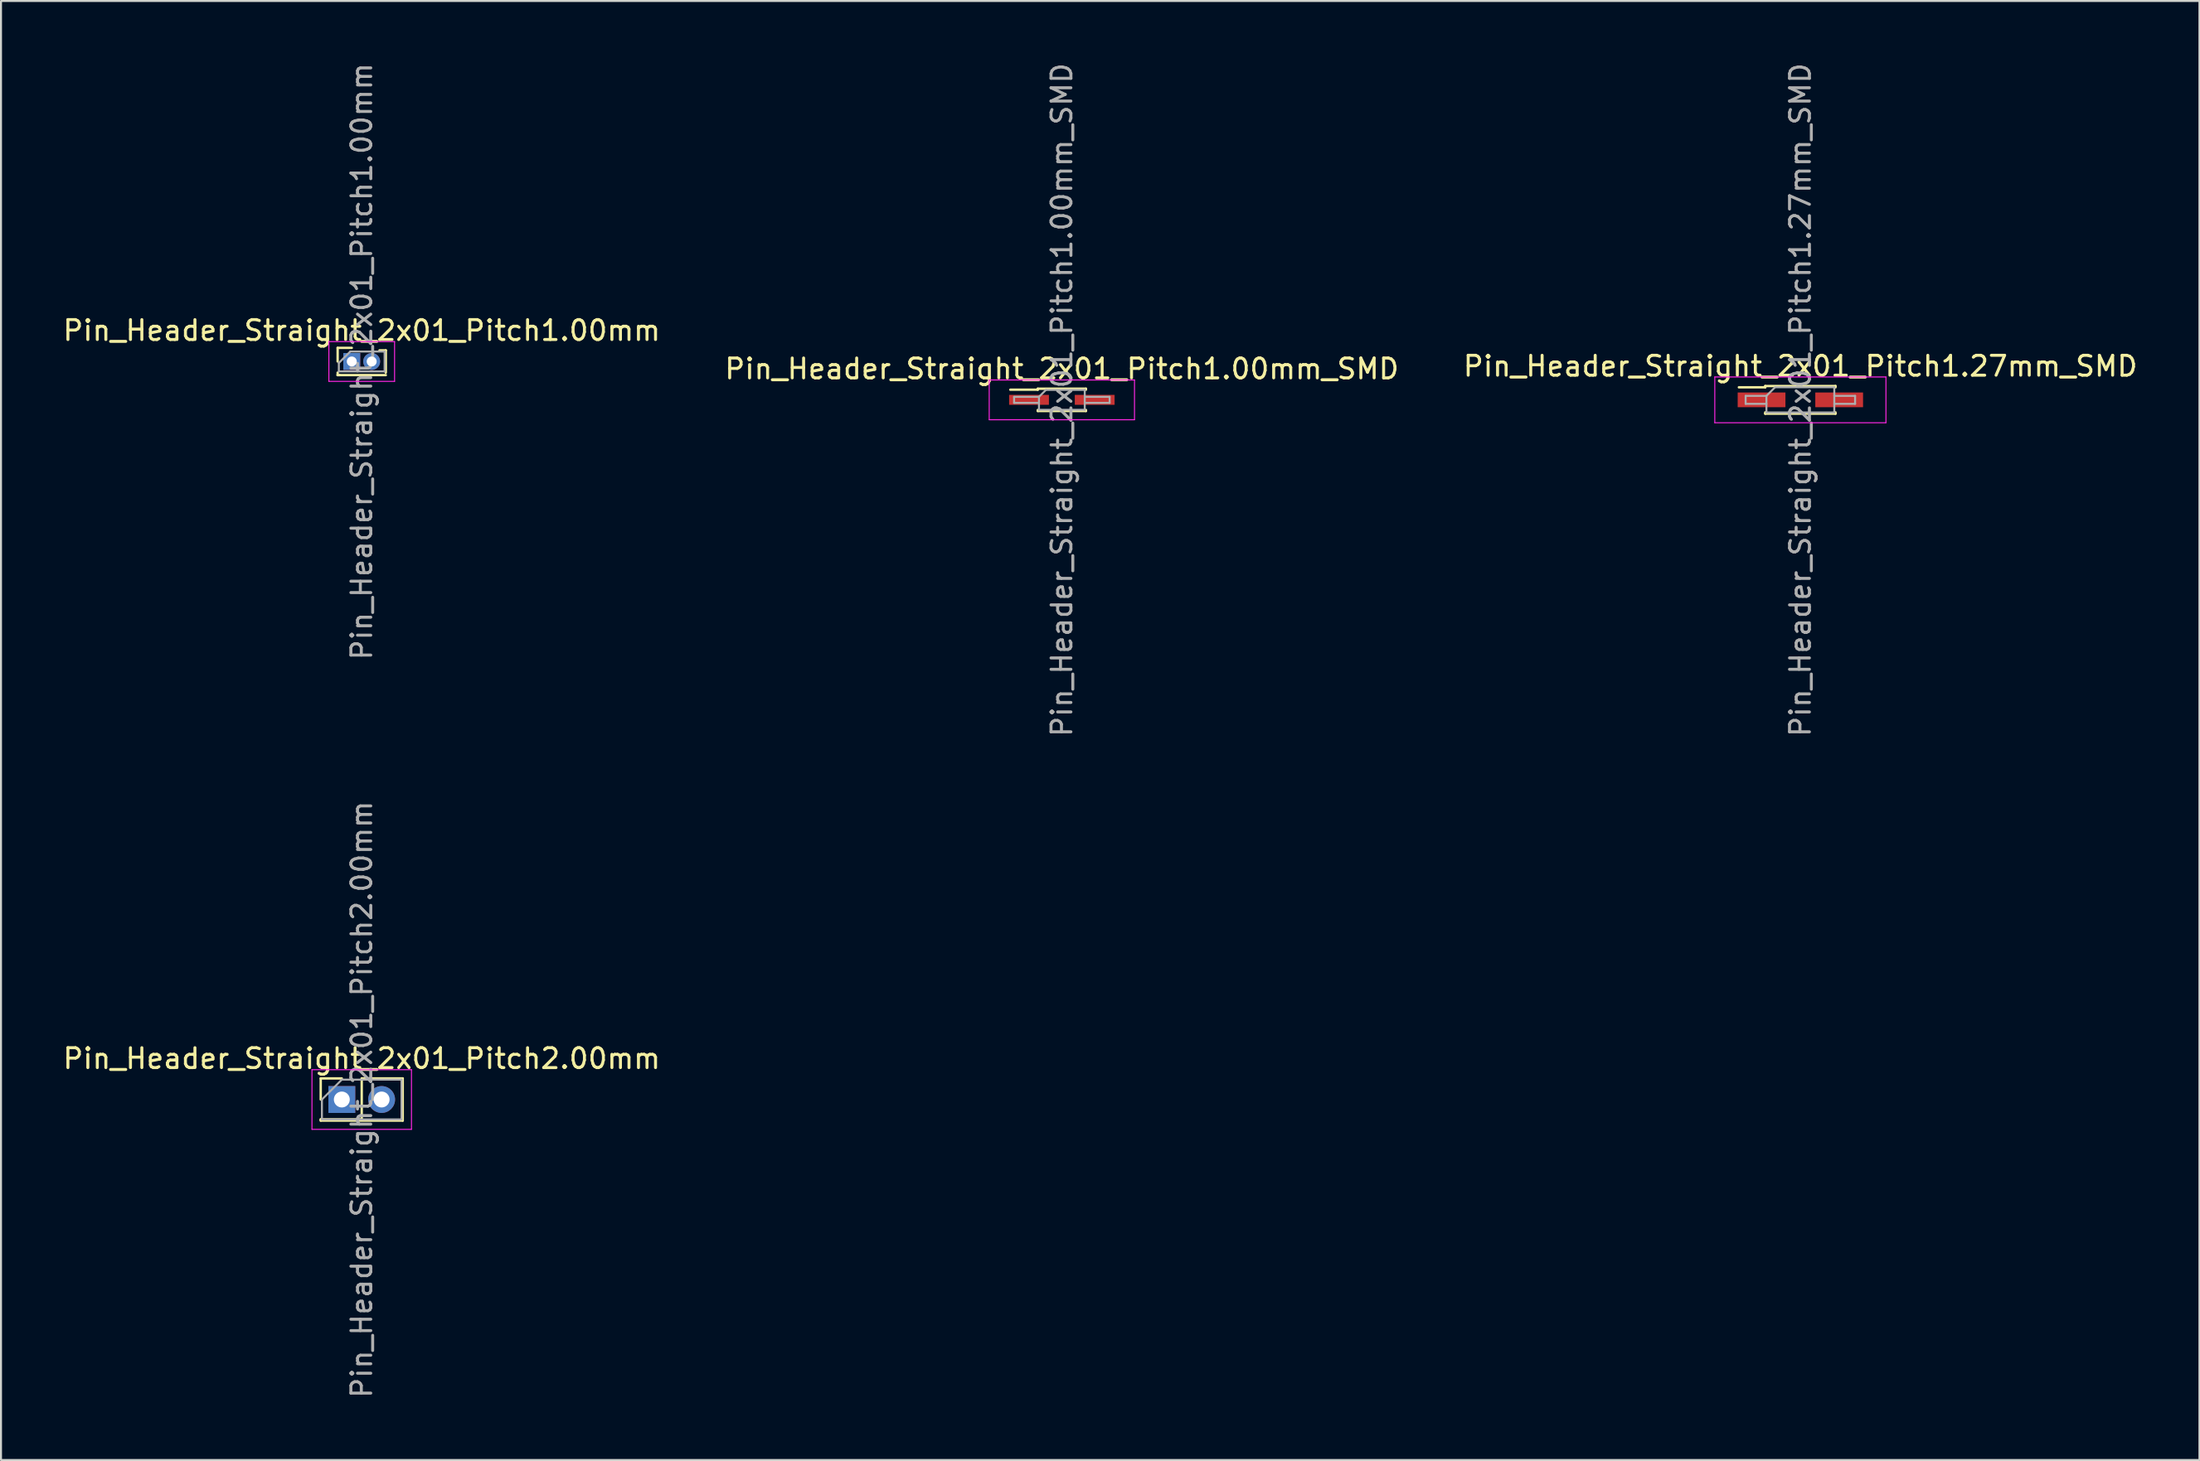
<source format=kicad_pcb>
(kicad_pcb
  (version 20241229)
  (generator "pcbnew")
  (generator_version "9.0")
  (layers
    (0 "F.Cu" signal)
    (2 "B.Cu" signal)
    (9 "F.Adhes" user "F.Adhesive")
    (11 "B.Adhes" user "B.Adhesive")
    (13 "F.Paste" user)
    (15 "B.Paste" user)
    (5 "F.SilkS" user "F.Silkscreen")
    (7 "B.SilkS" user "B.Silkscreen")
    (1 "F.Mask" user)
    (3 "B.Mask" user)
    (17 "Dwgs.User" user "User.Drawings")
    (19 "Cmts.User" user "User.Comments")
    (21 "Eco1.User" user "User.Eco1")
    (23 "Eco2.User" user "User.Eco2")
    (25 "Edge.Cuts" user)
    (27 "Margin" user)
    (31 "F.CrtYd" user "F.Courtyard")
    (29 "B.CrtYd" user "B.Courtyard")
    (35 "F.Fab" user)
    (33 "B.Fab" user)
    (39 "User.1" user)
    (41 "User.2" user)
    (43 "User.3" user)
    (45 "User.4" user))
  (footprint "Pin_Header_Straight_2x01_Pitch1.00mm"
    (layer "F.Cu")
    (at 14.625 15.125)
    (property "Reference" "Pin_Header_Straight_2x01_Pitch1.00mm" (at 0.5 -1.56 0) (layer "F.SilkS") (effects (font (size 1 1) (thickness 0.15))))
    (attr through_hole)
    (fp_line (start -0.71 -0.685) (end 0 -0.685) (stroke (width 0.12) (type solid)) (layer "F.SilkS"))
    (fp_line (start -0.71 0) (end -0.71 -0.685) (stroke (width 0.12) (type solid)) (layer "F.SilkS"))
    (fp_line (start -0.71 0.685) (end -0.71 0.56) (stroke (width 0.12) (type solid)) (layer "F.SilkS"))
    (fp_line (start -0.71 0.685) (end -0.608 0.685) (stroke (width 0.12) (type solid)) (layer "F.SilkS"))
    (fp_line (start -0.71 0.685) (end 1.71 0.685) (stroke (width 0.12) (type solid)) (layer "F.SilkS"))
    (fp_line (start 1.394 -0.56) (end 1.71 -0.56) (stroke (width 0.12) (type solid)) (layer "F.SilkS"))
    (fp_line (start 1.71 -0.56) (end 1.71 0.56) (stroke (width 0.12) (type solid)) (layer "F.SilkS"))
    (fp_line (start -1.15 -1) (end -1.15 1) (stroke (width 0.05) (type solid)) (layer "F.CrtYd"))
    (fp_line (start -1.15 1) (end 2.15 1) (stroke (width 0.05) (type solid)) (layer "F.CrtYd"))
    (fp_line (start 2.15 -1) (end -1.15 -1) (stroke (width 0.05) (type solid)) (layer "F.CrtYd"))
    (fp_line (start 2.15 1) (end 2.15 -1) (stroke (width 0.05) (type solid)) (layer "F.CrtYd"))
    (fp_line (start -0.65 0.075) (end -0.075 -0.5) (stroke (width 0.1) (type solid)) (layer "F.Fab"))
    (fp_line (start -0.65 0.5) (end -0.65 0.075) (stroke (width 0.1) (type solid)) (layer "F.Fab"))
    (fp_line (start -0.075 -0.5) (end 1.65 -0.5) (stroke (width 0.1) (type solid)) (layer "F.Fab"))
    (fp_line (start 1.65 -0.5) (end 1.65 0.5) (stroke (width 0.1) (type solid)) (layer "F.Fab"))
    (fp_line (start 1.65 0.5) (end -0.65 0.5) (stroke (width 0.1) (type solid)) (layer "F.Fab"))
    (fp_text user "${REFERENCE}" (at 0.5 0 90) (layer "F.Fab") (effects (font (size 1 1) (thickness 0.15))))
    (pad "1" thru_hole rect (at 0 0) (size 0.85 0.85) (drill 0.5) (layers "*.Cu" "*.Mask"))
    (pad "2" thru_hole oval (at 1 0) (size 0.85 0.85) (drill 0.5) (layers "*.Cu" "*.Mask")))
  (footprint "Pin_Header_Straight_2x01_Pitch1.00mm_SMD"
    (layer "F.Cu")
    (at 50.304 17.054)
    (property "Reference" "Pin_Header_Straight_2x01_Pitch1.00mm_SMD" (at 0 -1.56 0) (layer "F.SilkS") (effects (font (size 1 1) (thickness 0.15))))
    (attr smd)
    (fp_line (start -2.59 -0.51) (end -1.21 -0.51) (stroke (width 0.12) (type solid)) (layer "F.SilkS"))
    (fp_line (start -1.21 -0.56) (end -1.21 -0.51) (stroke (width 0.12) (type solid)) (layer "F.SilkS"))
    (fp_line (start -1.21 -0.56) (end 1.21 -0.56) (stroke (width 0.12) (type solid)) (layer "F.SilkS"))
    (fp_line (start -1.21 0.51) (end -1.21 0.56) (stroke (width 0.12) (type solid)) (layer "F.SilkS"))
    (fp_line (start -1.21 0.56) (end 1.21 0.56) (stroke (width 0.12) (type solid)) (layer "F.SilkS"))
    (fp_line (start 1.21 -0.56) (end 1.21 -0.51) (stroke (width 0.12) (type solid)) (layer "F.SilkS"))
    (fp_line (start 1.21 0.51) (end 1.21 0.56) (stroke (width 0.12) (type solid)) (layer "F.SilkS"))
    (fp_line (start -3.65 -1) (end -3.65 1) (stroke (width 0.05) (type solid)) (layer "F.CrtYd"))
    (fp_line (start -3.65 1) (end 3.65 1) (stroke (width 0.05) (type solid)) (layer "F.CrtYd"))
    (fp_line (start 3.65 -1) (end -3.65 -1) (stroke (width 0.05) (type solid)) (layer "F.CrtYd"))
    (fp_line (start 3.65 1) (end 3.65 -1) (stroke (width 0.05) (type solid)) (layer "F.CrtYd"))
    (fp_line (start -2.4 -0.15) (end -2.4 0.15) (stroke (width 0.1) (type solid)) (layer "F.Fab"))
    (fp_line (start -2.4 0.15) (end -1.15 0.15) (stroke (width 0.1) (type solid)) (layer "F.Fab"))
    (fp_line (start -1.15 -0.15) (end -2.4 -0.15) (stroke (width 0.1) (type solid)) (layer "F.Fab"))
    (fp_line (start -1.15 -0.15) (end -0.8 -0.5) (stroke (width 0.1) (type solid)) (layer "F.Fab"))
    (fp_line (start -1.15 0.5) (end -1.15 -0.15) (stroke (width 0.1) (type solid)) (layer "F.Fab"))
    (fp_line (start -0.8 -0.5) (end 1.15 -0.5) (stroke (width 0.1) (type solid)) (layer "F.Fab"))
    (fp_line (start 1.15 -0.5) (end 1.15 0.5) (stroke (width 0.1) (type solid)) (layer "F.Fab"))
    (fp_line (start 1.15 -0.15) (end 2.4 -0.15) (stroke (width 0.1) (type solid)) (layer "F.Fab"))
    (fp_line (start 1.15 0.5) (end -1.15 0.5) (stroke (width 0.1) (type solid)) (layer "F.Fab"))
    (fp_line (start 2.4 -0.15) (end 2.4 0.15) (stroke (width 0.1) (type solid)) (layer "F.Fab"))
    (fp_line (start 2.4 0.15) (end 1.15 0.15) (stroke (width 0.1) (type solid)) (layer "F.Fab"))
    (fp_text user "${REFERENCE}" (at 0 0 90) (layer "F.Fab") (effects (font (size 1 1) (thickness 0.15))))
    (pad "1" smd rect (at -1.65 0) (size 2 0.5) (layers "F.Cu" "F.Mask" "F.Paste"))
    (pad "2" smd rect (at 1.65 0) (size 2 0.5) (layers "F.Cu" "F.Mask" "F.Paste")))
  (footprint "Pin_Header_Straight_2x01_Pitch2.00mm"
    (layer "F.Cu")
    (at 14.125 52.232)
    (property "Reference" "Pin_Header_Straight_2x01_Pitch2.00mm" (at 1 -2.06 0) (layer "F.SilkS") (effects (font (size 1 1) (thickness 0.15))))
    (attr through_hole)
    (fp_line (start -1.06 -1.06) (end 0 -1.06) (stroke (width 0.12) (type solid)) (layer "F.SilkS"))
    (fp_line (start -1.06 0) (end -1.06 -1.06) (stroke (width 0.12) (type solid)) (layer "F.SilkS"))
    (fp_line (start -1.06 1) (end -1.06 1.06) (stroke (width 0.12) (type solid)) (layer "F.SilkS"))
    (fp_line (start -1.06 1) (end 1 1) (stroke (width 0.12) (type solid)) (layer "F.SilkS"))
    (fp_line (start -1.06 1.06) (end 3.06 1.06) (stroke (width 0.12) (type solid)) (layer "F.SilkS"))
    (fp_line (start 1 -1.06) (end 3.06 -1.06) (stroke (width 0.12) (type solid)) (layer "F.SilkS"))
    (fp_line (start 1 1) (end 1 -1.06) (stroke (width 0.12) (type solid)) (layer "F.SilkS"))
    (fp_line (start 3.06 -1.06) (end 3.06 1.06) (stroke (width 0.12) (type solid)) (layer "F.SilkS"))
    (fp_line (start -1.5 -1.5) (end -1.5 1.5) (stroke (width 0.05) (type solid)) (layer "F.CrtYd"))
    (fp_line (start -1.5 1.5) (end 3.5 1.5) (stroke (width 0.05) (type solid)) (layer "F.CrtYd"))
    (fp_line (start 3.5 -1.5) (end -1.5 -1.5) (stroke (width 0.05) (type solid)) (layer "F.CrtYd"))
    (fp_line (start 3.5 1.5) (end 3.5 -1.5) (stroke (width 0.05) (type solid)) (layer "F.CrtYd"))
    (fp_line (start -1 0) (end 0 -1) (stroke (width 0.1) (type solid)) (layer "F.Fab"))
    (fp_line (start -1 1) (end -1 0) (stroke (width 0.1) (type solid)) (layer "F.Fab"))
    (fp_line (start 0 -1) (end 3 -1) (stroke (width 0.1) (type solid)) (layer "F.Fab"))
    (fp_line (start 3 -1) (end 3 1) (stroke (width 0.1) (type solid)) (layer "F.Fab"))
    (fp_line (start 3 1) (end -1 1) (stroke (width 0.1) (type solid)) (layer "F.Fab"))
    (fp_text user "${REFERENCE}" (at 1 0 90) (layer "F.Fab") (effects (font (size 1 1) (thickness 0.15))))
    (pad "1" thru_hole rect (at 0 0) (size 1.35 1.35) (drill 0.8) (layers "*.Cu" "*.Mask"))
    (pad "2" thru_hole oval (at 2 0) (size 1.35 1.35) (drill 0.8) (layers "*.Cu" "*.Mask")))
  (footprint "Pin_Header_Straight_2x01_Pitch1.27mm_SMD"
    (layer "F.Cu")
    (at 87.411 17.054)
    (property "Reference" "Pin_Header_Straight_2x01_Pitch1.27mm_SMD" (at 0 -1.695 0) (layer "F.SilkS") (effects (font (size 1 1) (thickness 0.15))))
    (attr smd)
    (fp_line (start -3.09 -0.63) (end -1.765 -0.63) (stroke (width 0.12) (type solid)) (layer "F.SilkS"))
    (fp_line (start -1.765 -0.695) (end -1.765 -0.63) (stroke (width 0.12) (type solid)) (layer "F.SilkS"))
    (fp_line (start -1.765 -0.695) (end 1.765 -0.695) (stroke (width 0.12) (type solid)) (layer "F.SilkS"))
    (fp_line (start -1.765 0.63) (end -1.765 0.695) (stroke (width 0.12) (type solid)) (layer "F.SilkS"))
    (fp_line (start -1.765 0.695) (end 1.765 0.695) (stroke (width 0.12) (type solid)) (layer "F.SilkS"))
    (fp_line (start 1.765 -0.695) (end 1.765 -0.63) (stroke (width 0.12) (type solid)) (layer "F.SilkS"))
    (fp_line (start 1.765 0.63) (end 1.765 0.695) (stroke (width 0.12) (type solid)) (layer "F.SilkS"))
    (fp_line (start -4.3 -1.15) (end -4.3 1.15) (stroke (width 0.05) (type solid)) (layer "F.CrtYd"))
    (fp_line (start -4.3 1.15) (end 4.3 1.15) (stroke (width 0.05) (type solid)) (layer "F.CrtYd"))
    (fp_line (start 4.3 -1.15) (end -4.3 -1.15) (stroke (width 0.05) (type solid)) (layer "F.CrtYd"))
    (fp_line (start 4.3 1.15) (end 4.3 -1.15) (stroke (width 0.05) (type solid)) (layer "F.CrtYd"))
    (fp_line (start -2.75 -0.2) (end -2.75 0.2) (stroke (width 0.1) (type solid)) (layer "F.Fab"))
    (fp_line (start -2.75 0.2) (end -1.705 0.2) (stroke (width 0.1) (type solid)) (layer "F.Fab"))
    (fp_line (start -1.705 -0.2) (end -2.75 -0.2) (stroke (width 0.1) (type solid)) (layer "F.Fab"))
    (fp_line (start -1.705 -0.2) (end -1.27 -0.635) (stroke (width 0.1) (type solid)) (layer "F.Fab"))
    (fp_line (start -1.705 0.635) (end -1.705 -0.2) (stroke (width 0.1) (type solid)) (layer "F.Fab"))
    (fp_line (start -1.27 -0.635) (end 1.705 -0.635) (stroke (width 0.1) (type solid)) (layer "F.Fab"))
    (fp_line (start 1.705 -0.635) (end 1.705 0.635) (stroke (width 0.1) (type solid)) (layer "F.Fab"))
    (fp_line (start 1.705 -0.2) (end 2.75 -0.2) (stroke (width 0.1) (type solid)) (layer "F.Fab"))
    (fp_line (start 1.705 0.635) (end -1.705 0.635) (stroke (width 0.1) (type solid)) (layer "F.Fab"))
    (fp_line (start 2.75 -0.2) (end 2.75 0.2) (stroke (width 0.1) (type solid)) (layer "F.Fab"))
    (fp_line (start 2.75 0.2) (end 1.705 0.2) (stroke (width 0.1) (type solid)) (layer "F.Fab"))
    (fp_text user "${REFERENCE}" (at 0 0 90) (layer "F.Fab") (effects (font (size 1 1) (thickness 0.15))))
    (pad "1" smd rect (at -1.95 0) (size 2.4 0.74) (layers "F.Cu" "F.Mask" "F.Paste"))
    (pad "2" smd rect (at 1.95 0) (size 2.4 0.74) (layers "F.Cu" "F.Mask" "F.Paste")))
  (gr_rect
    (start -3 -3)
    (end 107.464 70.357)
    (stroke (width 0.1) (type default))
    (fill no)
    (layer "Edge.Cuts")))
</source>
